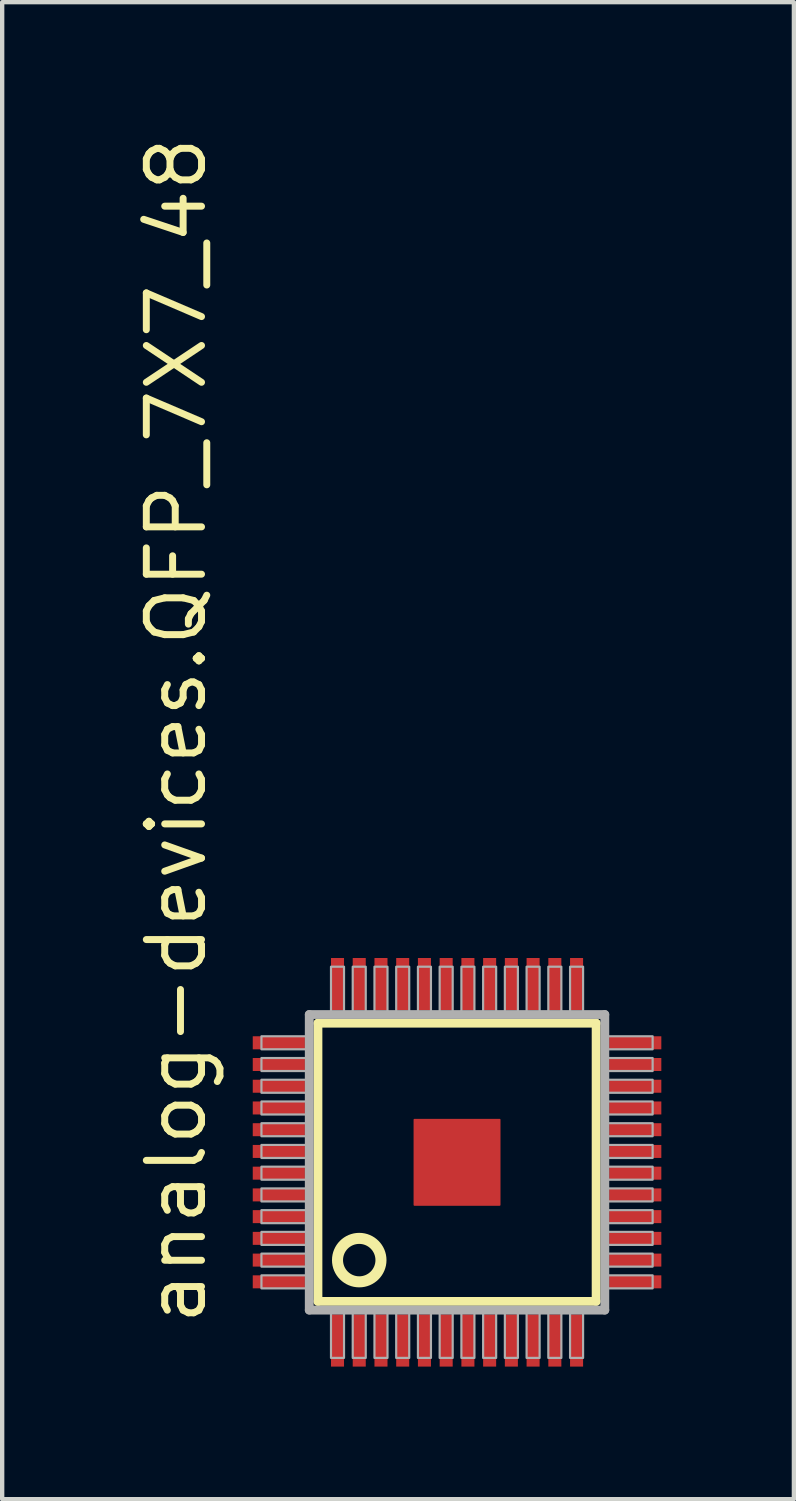
<source format=kicad_pcb>
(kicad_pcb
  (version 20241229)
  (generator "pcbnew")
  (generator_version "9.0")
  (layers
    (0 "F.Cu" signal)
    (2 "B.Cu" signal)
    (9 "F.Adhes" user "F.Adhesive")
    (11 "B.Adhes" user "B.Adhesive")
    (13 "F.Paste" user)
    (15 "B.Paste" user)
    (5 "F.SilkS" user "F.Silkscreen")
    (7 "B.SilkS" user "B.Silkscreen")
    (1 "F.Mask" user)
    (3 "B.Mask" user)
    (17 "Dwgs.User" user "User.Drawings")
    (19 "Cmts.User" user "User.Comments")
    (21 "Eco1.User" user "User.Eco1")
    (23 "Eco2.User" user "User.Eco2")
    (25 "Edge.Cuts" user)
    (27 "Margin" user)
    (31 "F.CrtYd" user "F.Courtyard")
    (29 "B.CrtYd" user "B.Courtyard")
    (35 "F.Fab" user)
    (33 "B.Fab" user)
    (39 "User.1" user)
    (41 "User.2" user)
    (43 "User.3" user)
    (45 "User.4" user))
  (footprint "analog-devices.QFP_7X7_48"
    (layer "F.Cu")
    (at 7.465 23.691)
    (property "Reference" "analog-devices.QFP_7X7_48" (at -5.715 3.81 90) (layer "F.SilkS") (effects (font (size 1.27 1.27) (thickness 0.16)) (justify left bottom)))
    (attr smd)
    (fp_rect (start -4.725 -2.575) (end -3.475 -2.925) (stroke (width 0.05) (type default)) (fill yes) (layer "F.Mask"))
    (fp_rect (start -4.725 -2.075) (end -3.475 -2.425) (stroke (width 0.05) (type default)) (fill yes) (layer "F.Mask"))
    (fp_rect (start -4.725 -1.575) (end -3.475 -1.925) (stroke (width 0.05) (type default)) (fill yes) (layer "F.Mask"))
    (fp_rect (start -4.725 -1.075) (end -3.475 -1.425) (stroke (width 0.05) (type default)) (fill yes) (layer "F.Mask"))
    (fp_rect (start -4.725 -0.575) (end -3.475 -0.925) (stroke (width 0.05) (type default)) (fill yes) (layer "F.Mask"))
    (fp_rect (start -4.725 -0.075) (end -3.475 -0.425) (stroke (width 0.05) (type default)) (fill yes) (layer "F.Mask"))
    (fp_rect (start -4.725 0.425) (end -3.475 0.075) (stroke (width 0.05) (type default)) (fill yes) (layer "F.Mask"))
    (fp_rect (start -4.725 0.925) (end -3.475 0.575) (stroke (width 0.05) (type default)) (fill yes) (layer "F.Mask"))
    (fp_rect (start -4.725 1.425) (end -3.475 1.075) (stroke (width 0.05) (type default)) (fill yes) (layer "F.Mask"))
    (fp_rect (start -4.725 1.925) (end -3.475 1.575) (stroke (width 0.05) (type default)) (fill yes) (layer "F.Mask"))
    (fp_rect (start -4.725 2.425) (end -3.475 2.075) (stroke (width 0.05) (type default)) (fill yes) (layer "F.Mask"))
    (fp_rect (start -4.725 2.925) (end -3.475 2.575) (stroke (width 0.05) (type default)) (fill yes) (layer "F.Mask"))
    (fp_rect (start -2.925 -3.475) (end -2.575 -4.725) (stroke (width 0.05) (type default)) (fill yes) (layer "F.Mask"))
    (fp_rect (start -2.925 4.725) (end -2.575 3.475) (stroke (width 0.05) (type default)) (fill yes) (layer "F.Mask"))
    (fp_rect (start -2.425 -3.475) (end -2.075 -4.725) (stroke (width 0.05) (type default)) (fill yes) (layer "F.Mask"))
    (fp_rect (start -2.425 4.725) (end -2.075 3.475) (stroke (width 0.05) (type default)) (fill yes) (layer "F.Mask"))
    (fp_rect (start -1.925 -3.475) (end -1.575 -4.725) (stroke (width 0.05) (type default)) (fill yes) (layer "F.Mask"))
    (fp_rect (start -1.925 4.725) (end -1.575 3.475) (stroke (width 0.05) (type default)) (fill yes) (layer "F.Mask"))
    (fp_rect (start -1.425 -3.475) (end -1.075 -4.725) (stroke (width 0.05) (type default)) (fill yes) (layer "F.Mask"))
    (fp_rect (start -1.425 4.725) (end -1.075 3.475) (stroke (width 0.05) (type default)) (fill yes) (layer "F.Mask"))
    (fp_rect (start -1.05 1.05) (end 1.05 -1.05) (stroke (width 0.05) (type default)) (fill yes) (layer "F.Mask"))
    (fp_rect (start -0.925 -3.475) (end -0.575 -4.725) (stroke (width 0.05) (type default)) (fill yes) (layer "F.Mask"))
    (fp_rect (start -0.925 4.725) (end -0.575 3.475) (stroke (width 0.05) (type default)) (fill yes) (layer "F.Mask"))
    (fp_rect (start -0.425 -3.475) (end -0.075 -4.725) (stroke (width 0.05) (type default)) (fill yes) (layer "F.Mask"))
    (fp_rect (start -0.425 4.725) (end -0.075 3.475) (stroke (width 0.05) (type default)) (fill yes) (layer "F.Mask"))
    (fp_rect (start 0.075 -3.475) (end 0.425 -4.725) (stroke (width 0.05) (type default)) (fill yes) (layer "F.Mask"))
    (fp_rect (start 0.075 4.725) (end 0.425 3.475) (stroke (width 0.05) (type default)) (fill yes) (layer "F.Mask"))
    (fp_rect (start 0.575 -3.475) (end 0.925 -4.725) (stroke (width 0.05) (type default)) (fill yes) (layer "F.Mask"))
    (fp_rect (start 0.575 4.725) (end 0.925 3.475) (stroke (width 0.05) (type default)) (fill yes) (layer "F.Mask"))
    (fp_rect (start 1.075 -3.475) (end 1.425 -4.725) (stroke (width 0.05) (type default)) (fill yes) (layer "F.Mask"))
    (fp_rect (start 1.075 4.725) (end 1.425 3.475) (stroke (width 0.05) (type default)) (fill yes) (layer "F.Mask"))
    (fp_rect (start 1.575 -3.475) (end 1.925 -4.725) (stroke (width 0.05) (type default)) (fill yes) (layer "F.Mask"))
    (fp_rect (start 1.575 4.725) (end 1.925 3.475) (stroke (width 0.05) (type default)) (fill yes) (layer "F.Mask"))
    (fp_rect (start 2.075 -3.475) (end 2.425 -4.725) (stroke (width 0.05) (type default)) (fill yes) (layer "F.Mask"))
    (fp_rect (start 2.075 4.725) (end 2.425 3.475) (stroke (width 0.05) (type default)) (fill yes) (layer "F.Mask"))
    (fp_rect (start 2.575 -3.475) (end 2.925 -4.725) (stroke (width 0.05) (type default)) (fill yes) (layer "F.Mask"))
    (fp_rect (start 2.575 4.725) (end 2.925 3.475) (stroke (width 0.05) (type default)) (fill yes) (layer "F.Mask"))
    (fp_rect (start 3.475 -2.575) (end 4.725 -2.925) (stroke (width 0.05) (type default)) (fill yes) (layer "F.Mask"))
    (fp_rect (start 3.475 -2.075) (end 4.725 -2.425) (stroke (width 0.05) (type default)) (fill yes) (layer "F.Mask"))
    (fp_rect (start 3.475 -1.575) (end 4.725 -1.925) (stroke (width 0.05) (type default)) (fill yes) (layer "F.Mask"))
    (fp_rect (start 3.475 -1.075) (end 4.725 -1.425) (stroke (width 0.05) (type default)) (fill yes) (layer "F.Mask"))
    (fp_rect (start 3.475 -0.575) (end 4.725 -0.925) (stroke (width 0.05) (type default)) (fill yes) (layer "F.Mask"))
    (fp_rect (start 3.475 -0.075) (end 4.725 -0.425) (stroke (width 0.05) (type default)) (fill yes) (layer "F.Mask"))
    (fp_rect (start 3.475 0.425) (end 4.725 0.075) (stroke (width 0.05) (type default)) (fill yes) (layer "F.Mask"))
    (fp_rect (start 3.475 0.925) (end 4.725 0.575) (stroke (width 0.05) (type default)) (fill yes) (layer "F.Mask"))
    (fp_rect (start 3.475 1.425) (end 4.725 1.075) (stroke (width 0.05) (type default)) (fill yes) (layer "F.Mask"))
    (fp_rect (start 3.475 1.925) (end 4.725 1.575) (stroke (width 0.05) (type default)) (fill yes) (layer "F.Mask"))
    (fp_rect (start 3.475 2.425) (end 4.725 2.075) (stroke (width 0.05) (type default)) (fill yes) (layer "F.Mask"))
    (fp_rect (start 3.475 2.925) (end 4.725 2.575) (stroke (width 0.05) (type default)) (fill yes) (layer "F.Mask"))
    (fp_line (start -3.2 -3.2) (end 3.2 -3.2) (stroke (width 0.203) (type default)) (layer "F.SilkS"))
    (fp_line (start -3.2 3.2) (end -3.2 -3.2) (stroke (width 0.203) (type default)) (layer "F.SilkS"))
    (fp_line (start 3.2 -3.2) (end 3.2 3.2) (stroke (width 0.203) (type default)) (layer "F.SilkS"))
    (fp_line (start 3.2 3.2) (end -3.2 3.2) (stroke (width 0.203) (type default)) (layer "F.SilkS"))
    (fp_circle (center -2.25 2.25) (end -1.75 2.25) (stroke (width 0.254) (type default)) (fill no) (layer "F.SilkS"))
    (fp_rect (start -4.675 -2.625) (end -3.525 -2.875) (stroke (width 0.05) (type default)) (fill yes) (layer "F.Paste"))
    (fp_rect (start -4.675 -2.125) (end -3.525 -2.375) (stroke (width 0.05) (type default)) (fill yes) (layer "F.Paste"))
    (fp_rect (start -4.675 -1.625) (end -3.525 -1.875) (stroke (width 0.05) (type default)) (fill yes) (layer "F.Paste"))
    (fp_rect (start -4.675 -1.125) (end -3.525 -1.375) (stroke (width 0.05) (type default)) (fill yes) (layer "F.Paste"))
    (fp_rect (start -4.675 -0.625) (end -3.525 -0.875) (stroke (width 0.05) (type default)) (fill yes) (layer "F.Paste"))
    (fp_rect (start -4.675 -0.125) (end -3.525 -0.375) (stroke (width 0.05) (type default)) (fill yes) (layer "F.Paste"))
    (fp_rect (start -4.675 0.375) (end -3.525 0.125) (stroke (width 0.05) (type default)) (fill yes) (layer "F.Paste"))
    (fp_rect (start -4.675 0.875) (end -3.525 0.625) (stroke (width 0.05) (type default)) (fill yes) (layer "F.Paste"))
    (fp_rect (start -4.675 1.375) (end -3.525 1.125) (stroke (width 0.05) (type default)) (fill yes) (layer "F.Paste"))
    (fp_rect (start -4.675 1.875) (end -3.525 1.625) (stroke (width 0.05) (type default)) (fill yes) (layer "F.Paste"))
    (fp_rect (start -4.675 2.375) (end -3.525 2.125) (stroke (width 0.05) (type default)) (fill yes) (layer "F.Paste"))
    (fp_rect (start -4.675 2.875) (end -3.525 2.625) (stroke (width 0.05) (type default)) (fill yes) (layer "F.Paste"))
    (fp_rect (start -2.875 -3.525) (end -2.625 -4.675) (stroke (width 0.05) (type default)) (fill yes) (layer "F.Paste"))
    (fp_rect (start -2.875 4.675) (end -2.625 3.525) (stroke (width 0.05) (type default)) (fill yes) (layer "F.Paste"))
    (fp_rect (start -2.375 -3.525) (end -2.125 -4.675) (stroke (width 0.05) (type default)) (fill yes) (layer "F.Paste"))
    (fp_rect (start -2.375 4.675) (end -2.125 3.525) (stroke (width 0.05) (type default)) (fill yes) (layer "F.Paste"))
    (fp_rect (start -1.875 -3.525) (end -1.625 -4.675) (stroke (width 0.05) (type default)) (fill yes) (layer "F.Paste"))
    (fp_rect (start -1.875 4.675) (end -1.625 3.525) (stroke (width 0.05) (type default)) (fill yes) (layer "F.Paste"))
    (fp_rect (start -1.375 -3.525) (end -1.125 -4.675) (stroke (width 0.05) (type default)) (fill yes) (layer "F.Paste"))
    (fp_rect (start -1.375 4.675) (end -1.125 3.525) (stroke (width 0.05) (type default)) (fill yes) (layer "F.Paste"))
    (fp_rect (start -0.95 0.95) (end 0.95 -0.95) (stroke (width 0.05) (type default)) (fill yes) (layer "F.Paste"))
    (fp_rect (start -0.875 -3.525) (end -0.625 -4.675) (stroke (width 0.05) (type default)) (fill yes) (layer "F.Paste"))
    (fp_rect (start -0.875 4.675) (end -0.625 3.525) (stroke (width 0.05) (type default)) (fill yes) (layer "F.Paste"))
    (fp_rect (start -0.375 -3.525) (end -0.125 -4.675) (stroke (width 0.05) (type default)) (fill yes) (layer "F.Paste"))
    (fp_rect (start -0.375 4.675) (end -0.125 3.525) (stroke (width 0.05) (type default)) (fill yes) (layer "F.Paste"))
    (fp_rect (start 0.125 -3.525) (end 0.375 -4.675) (stroke (width 0.05) (type default)) (fill yes) (layer "F.Paste"))
    (fp_rect (start 0.125 4.675) (end 0.375 3.525) (stroke (width 0.05) (type default)) (fill yes) (layer "F.Paste"))
    (fp_rect (start 0.625 -3.525) (end 0.875 -4.675) (stroke (width 0.05) (type default)) (fill yes) (layer "F.Paste"))
    (fp_rect (start 0.625 4.675) (end 0.875 3.525) (stroke (width 0.05) (type default)) (fill yes) (layer "F.Paste"))
    (fp_rect (start 1.125 -3.525) (end 1.375 -4.675) (stroke (width 0.05) (type default)) (fill yes) (layer "F.Paste"))
    (fp_rect (start 1.125 4.675) (end 1.375 3.525) (stroke (width 0.05) (type default)) (fill yes) (layer "F.Paste"))
    (fp_rect (start 1.625 -3.525) (end 1.875 -4.675) (stroke (width 0.05) (type default)) (fill yes) (layer "F.Paste"))
    (fp_rect (start 1.625 4.675) (end 1.875 3.525) (stroke (width 0.05) (type default)) (fill yes) (layer "F.Paste"))
    (fp_rect (start 2.125 -3.525) (end 2.375 -4.675) (stroke (width 0.05) (type default)) (fill yes) (layer "F.Paste"))
    (fp_rect (start 2.125 4.675) (end 2.375 3.525) (stroke (width 0.05) (type default)) (fill yes) (layer "F.Paste"))
    (fp_rect (start 2.625 -3.525) (end 2.875 -4.675) (stroke (width 0.05) (type default)) (fill yes) (layer "F.Paste"))
    (fp_rect (start 2.625 4.675) (end 2.875 3.525) (stroke (width 0.05) (type default)) (fill yes) (layer "F.Paste"))
    (fp_rect (start 3.525 -2.625) (end 4.675 -2.875) (stroke (width 0.05) (type default)) (fill yes) (layer "F.Paste"))
    (fp_rect (start 3.525 -2.125) (end 4.675 -2.375) (stroke (width 0.05) (type default)) (fill yes) (layer "F.Paste"))
    (fp_rect (start 3.525 -1.625) (end 4.675 -1.875) (stroke (width 0.05) (type default)) (fill yes) (layer "F.Paste"))
    (fp_rect (start 3.525 -1.125) (end 4.675 -1.375) (stroke (width 0.05) (type default)) (fill yes) (layer "F.Paste"))
    (fp_rect (start 3.525 -0.625) (end 4.675 -0.875) (stroke (width 0.05) (type default)) (fill yes) (layer "F.Paste"))
    (fp_rect (start 3.525 -0.125) (end 4.675 -0.375) (stroke (width 0.05) (type default)) (fill yes) (layer "F.Paste"))
    (fp_rect (start 3.525 0.375) (end 4.675 0.125) (stroke (width 0.05) (type default)) (fill yes) (layer "F.Paste"))
    (fp_rect (start 3.525 0.875) (end 4.675 0.625) (stroke (width 0.05) (type default)) (fill yes) (layer "F.Paste"))
    (fp_rect (start 3.525 1.375) (end 4.675 1.125) (stroke (width 0.05) (type default)) (fill yes) (layer "F.Paste"))
    (fp_rect (start 3.525 1.875) (end 4.675 1.625) (stroke (width 0.05) (type default)) (fill yes) (layer "F.Paste"))
    (fp_rect (start 3.525 2.375) (end 4.675 2.125) (stroke (width 0.05) (type default)) (fill yes) (layer "F.Paste"))
    (fp_rect (start 3.525 2.875) (end 4.675 2.625) (stroke (width 0.05) (type default)) (fill yes) (layer "F.Paste"))
    (fp_line (start -3.4 -3.4) (end -3.4 3.4) (stroke (width 0.203) (type default)) (layer "F.Fab"))
    (fp_line (start -3.4 3.4) (end 3.4 3.4) (stroke (width 0.203) (type default)) (layer "F.Fab"))
    (fp_line (start 3.4 -3.4) (end -3.4 -3.4) (stroke (width 0.203) (type default)) (layer "F.Fab"))
    (fp_line (start 3.4 3.4) (end 3.4 -3.4) (stroke (width 0.203) (type default)) (layer "F.Fab"))
    (fp_rect (start -4.5 -2.6) (end -3.45 -2.9) (stroke (width 0.05) (type default)) (fill no) (layer "F.Fab"))
    (fp_rect (start -4.5 -2.1) (end -3.45 -2.4) (stroke (width 0.05) (type default)) (fill no) (layer "F.Fab"))
    (fp_rect (start -4.5 -1.6) (end -3.45 -1.9) (stroke (width 0.05) (type default)) (fill no) (layer "F.Fab"))
    (fp_rect (start -4.5 -1.1) (end -3.45 -1.4) (stroke (width 0.05) (type default)) (fill no) (layer "F.Fab"))
    (fp_rect (start -4.5 -0.6) (end -3.45 -0.9) (stroke (width 0.05) (type default)) (fill no) (layer "F.Fab"))
    (fp_rect (start -4.5 -0.1) (end -3.45 -0.4) (stroke (width 0.05) (type default)) (fill no) (layer "F.Fab"))
    (fp_rect (start -4.5 0.4) (end -3.45 0.1) (stroke (width 0.05) (type default)) (fill no) (layer "F.Fab"))
    (fp_rect (start -4.5 0.9) (end -3.45 0.6) (stroke (width 0.05) (type default)) (fill no) (layer "F.Fab"))
    (fp_rect (start -4.5 1.4) (end -3.45 1.1) (stroke (width 0.05) (type default)) (fill no) (layer "F.Fab"))
    (fp_rect (start -4.5 1.9) (end -3.45 1.6) (stroke (width 0.05) (type default)) (fill no) (layer "F.Fab"))
    (fp_rect (start -4.5 2.4) (end -3.45 2.1) (stroke (width 0.05) (type default)) (fill no) (layer "F.Fab"))
    (fp_rect (start -4.5 2.9) (end -3.45 2.6) (stroke (width 0.05) (type default)) (fill no) (layer "F.Fab"))
    (fp_rect (start -2.9 4.5) (end -2.6 3.45) (stroke (width 0.05) (type default)) (fill no) (layer "F.Fab"))
    (fp_rect (start -2.9 -3.45) (end -2.6 -4.5) (stroke (width 0.05) (type default)) (fill no) (layer "F.Fab"))
    (fp_rect (start -2.4 -3.45) (end -2.1 -4.5) (stroke (width 0.05) (type default)) (fill no) (layer "F.Fab"))
    (fp_rect (start -2.4 4.5) (end -2.1 3.45) (stroke (width 0.05) (type default)) (fill no) (layer "F.Fab"))
    (fp_rect (start -1.9 4.5) (end -1.6 3.45) (stroke (width 0.05) (type default)) (fill no) (layer "F.Fab"))
    (fp_rect (start -1.9 -3.45) (end -1.6 -4.5) (stroke (width 0.05) (type default)) (fill no) (layer "F.Fab"))
    (fp_rect (start -1.4 -3.45) (end -1.1 -4.5) (stroke (width 0.05) (type default)) (fill no) (layer "F.Fab"))
    (fp_rect (start -1.4 4.5) (end -1.1 3.45) (stroke (width 0.05) (type default)) (fill no) (layer "F.Fab"))
    (fp_rect (start -0.9 4.5) (end -0.6 3.45) (stroke (width 0.05) (type default)) (fill no) (layer "F.Fab"))
    (fp_rect (start -0.9 -3.45) (end -0.6 -4.5) (stroke (width 0.05) (type default)) (fill no) (layer "F.Fab"))
    (fp_rect (start -0.4 -3.45) (end -0.1 -4.5) (stroke (width 0.05) (type default)) (fill no) (layer "F.Fab"))
    (fp_rect (start -0.4 4.5) (end -0.1 3.45) (stroke (width 0.05) (type default)) (fill no) (layer "F.Fab"))
    (fp_rect (start 0.1 -3.45) (end 0.4 -4.5) (stroke (width 0.05) (type default)) (fill no) (layer "F.Fab"))
    (fp_rect (start 0.1 4.5) (end 0.4 3.45) (stroke (width 0.05) (type default)) (fill no) (layer "F.Fab"))
    (fp_rect (start 0.6 -3.45) (end 0.9 -4.5) (stroke (width 0.05) (type default)) (fill no) (layer "F.Fab"))
    (fp_rect (start 0.6 4.5) (end 0.9 3.45) (stroke (width 0.05) (type default)) (fill no) (layer "F.Fab"))
    (fp_rect (start 1.1 -3.45) (end 1.4 -4.5) (stroke (width 0.05) (type default)) (fill no) (layer "F.Fab"))
    (fp_rect (start 1.1 4.5) (end 1.4 3.45) (stroke (width 0.05) (type default)) (fill no) (layer "F.Fab"))
    (fp_rect (start 1.6 -3.45) (end 1.9 -4.5) (stroke (width 0.05) (type default)) (fill no) (layer "F.Fab"))
    (fp_rect (start 1.6 4.5) (end 1.9 3.45) (stroke (width 0.05) (type default)) (fill no) (layer "F.Fab"))
    (fp_rect (start 2.1 -3.45) (end 2.4 -4.5) (stroke (width 0.05) (type default)) (fill no) (layer "F.Fab"))
    (fp_rect (start 2.1 4.5) (end 2.4 3.45) (stroke (width 0.05) (type default)) (fill no) (layer "F.Fab"))
    (fp_rect (start 2.6 -3.45) (end 2.9 -4.5) (stroke (width 0.05) (type default)) (fill no) (layer "F.Fab"))
    (fp_rect (start 2.6 4.5) (end 2.9 3.45) (stroke (width 0.05) (type default)) (fill no) (layer "F.Fab"))
    (fp_rect (start 3.45 -2.6) (end 4.5 -2.9) (stroke (width 0.05) (type default)) (fill no) (layer "F.Fab"))
    (fp_rect (start 3.45 -2.1) (end 4.5 -2.4) (stroke (width 0.05) (type default)) (fill no) (layer "F.Fab"))
    (fp_rect (start 3.45 -1.6) (end 4.5 -1.9) (stroke (width 0.05) (type default)) (fill no) (layer "F.Fab"))
    (fp_rect (start 3.45 -1.1) (end 4.5 -1.4) (stroke (width 0.05) (type default)) (fill no) (layer "F.Fab"))
    (fp_rect (start 3.45 -0.6) (end 4.5 -0.9) (stroke (width 0.05) (type default)) (fill no) (layer "F.Fab"))
    (fp_rect (start 3.45 -0.1) (end 4.5 -0.4) (stroke (width 0.05) (type default)) (fill no) (layer "F.Fab"))
    (fp_rect (start 3.45 0.4) (end 4.5 0.1) (stroke (width 0.05) (type default)) (fill no) (layer "F.Fab"))
    (fp_rect (start 3.45 0.9) (end 4.5 0.6) (stroke (width 0.05) (type default)) (fill no) (layer "F.Fab"))
    (fp_rect (start 3.45 1.4) (end 4.5 1.1) (stroke (width 0.05) (type default)) (fill no) (layer "F.Fab"))
    (fp_rect (start 3.45 1.9) (end 4.5 1.6) (stroke (width 0.05) (type default)) (fill no) (layer "F.Fab"))
    (fp_rect (start 3.45 2.4) (end 4.5 2.1) (stroke (width 0.05) (type default)) (fill no) (layer "F.Fab"))
    (fp_rect (start 3.45 2.9) (end 4.5 2.6) (stroke (width 0.05) (type default)) (fill no) (layer "F.Fab"))
    (pad "1" smd roundrect (at -2.75 4.1) (size 0.3 1.2) (layers "F.Cu" "F.Mask" "F.Paste") (roundrect_rratio 0.01))
    (pad "2" smd roundrect (at -2.25 4.1) (size 0.3 1.2) (layers "F.Cu" "F.Mask" "F.Paste") (roundrect_rratio 0.01))
    (pad "3" smd roundrect (at -1.75 4.1) (size 0.3 1.2) (layers "F.Cu" "F.Mask" "F.Paste") (roundrect_rratio 0.01))
    (pad "4" smd roundrect (at -1.25 4.1) (size 0.3 1.2) (layers "F.Cu" "F.Mask" "F.Paste") (roundrect_rratio 0.01))
    (pad "5" smd roundrect (at -0.75 4.1) (size 0.3 1.2) (layers "F.Cu" "F.Mask" "F.Paste") (roundrect_rratio 0.01))
    (pad "6" smd roundrect (at -0.25 4.1) (size 0.3 1.2) (layers "F.Cu" "F.Mask" "F.Paste") (roundrect_rratio 0.01))
    (pad "7" smd roundrect (at 0.25 4.1) (size 0.3 1.2) (layers "F.Cu" "F.Mask" "F.Paste") (roundrect_rratio 0.01))
    (pad "8" smd roundrect (at 0.75 4.1) (size 0.3 1.2) (layers "F.Cu" "F.Mask" "F.Paste") (roundrect_rratio 0.01))
    (pad "9" smd roundrect (at 1.25 4.1) (size 0.3 1.2) (layers "F.Cu" "F.Mask" "F.Paste") (roundrect_rratio 0.01))
    (pad "10" smd roundrect (at 1.75 4.1) (size 0.3 1.2) (layers "F.Cu" "F.Mask" "F.Paste") (roundrect_rratio 0.01))
    (pad "11" smd roundrect (at 2.25 4.1) (size 0.3 1.2) (layers "F.Cu" "F.Mask" "F.Paste") (roundrect_rratio 0.01))
    (pad "12" smd roundrect (at 2.75 4.1) (size 0.3 1.2) (layers "F.Cu" "F.Mask" "F.Paste") (roundrect_rratio 0.01))
    (pad "13" smd roundrect (at 4.1 2.75) (size 1.2 0.3) (layers "F.Cu" "F.Mask" "F.Paste") (roundrect_rratio 0.01))
    (pad "14" smd roundrect (at 4.1 2.25) (size 1.2 0.3) (layers "F.Cu" "F.Mask" "F.Paste") (roundrect_rratio 0.01))
    (pad "15" smd roundrect (at 4.1 1.75) (size 1.2 0.3) (layers "F.Cu" "F.Mask" "F.Paste") (roundrect_rratio 0.01))
    (pad "16" smd roundrect (at 4.1 1.25) (size 1.2 0.3) (layers "F.Cu" "F.Mask" "F.Paste") (roundrect_rratio 0.01))
    (pad "17" smd roundrect (at 4.1 0.75) (size 1.2 0.3) (layers "F.Cu" "F.Mask" "F.Paste") (roundrect_rratio 0.01))
    (pad "18" smd roundrect (at 4.1 0.25) (size 1.2 0.3) (layers "F.Cu" "F.Mask" "F.Paste") (roundrect_rratio 0.01))
    (pad "19" smd roundrect (at 4.1 -0.25) (size 1.2 0.3) (layers "F.Cu" "F.Mask" "F.Paste") (roundrect_rratio 0.01))
    (pad "20" smd roundrect (at 4.1 -0.75) (size 1.2 0.3) (layers "F.Cu" "F.Mask" "F.Paste") (roundrect_rratio 0.01))
    (pad "21" smd roundrect (at 4.1 -1.25) (size 1.2 0.3) (layers "F.Cu" "F.Mask" "F.Paste") (roundrect_rratio 0.01))
    (pad "22" smd roundrect (at 4.1 -1.75) (size 1.2 0.3) (layers "F.Cu" "F.Mask" "F.Paste") (roundrect_rratio 0.01))
    (pad "23" smd roundrect (at 4.1 -2.25) (size 1.2 0.3) (layers "F.Cu" "F.Mask" "F.Paste") (roundrect_rratio 0.01))
    (pad "24" smd roundrect (at 4.1 -2.75) (size 1.2 0.3) (layers "F.Cu" "F.Mask" "F.Paste") (roundrect_rratio 0.01))
    (pad "25" smd roundrect (at 2.75 -4.1) (size 0.3 1.2) (layers "F.Cu" "F.Mask" "F.Paste") (roundrect_rratio 0.01))
    (pad "26" smd roundrect (at 2.25 -4.1) (size 0.3 1.2) (layers "F.Cu" "F.Mask" "F.Paste") (roundrect_rratio 0.01))
    (pad "27" smd roundrect (at 1.75 -4.1) (size 0.3 1.2) (layers "F.Cu" "F.Mask" "F.Paste") (roundrect_rratio 0.01))
    (pad "28" smd roundrect (at 1.25 -4.1) (size 0.3 1.2) (layers "F.Cu" "F.Mask" "F.Paste") (roundrect_rratio 0.01))
    (pad "29" smd roundrect (at 0.75 -4.1) (size 0.3 1.2) (layers "F.Cu" "F.Mask" "F.Paste") (roundrect_rratio 0.01))
    (pad "30" smd roundrect (at 0.25 -4.1) (size 0.3 1.2) (layers "F.Cu" "F.Mask" "F.Paste") (roundrect_rratio 0.01))
    (pad "31" smd roundrect (at -0.25 -4.1) (size 0.3 1.2) (layers "F.Cu" "F.Mask" "F.Paste") (roundrect_rratio 0.01))
    (pad "32" smd roundrect (at -0.75 -4.1) (size 0.3 1.2) (layers "F.Cu" "F.Mask" "F.Paste") (roundrect_rratio 0.01))
    (pad "33" smd roundrect (at -1.25 -4.1) (size 0.3 1.2) (layers "F.Cu" "F.Mask" "F.Paste") (roundrect_rratio 0.01))
    (pad "34" smd roundrect (at -1.75 -4.1) (size 0.3 1.2) (layers "F.Cu" "F.Mask" "F.Paste") (roundrect_rratio 0.01))
    (pad "35" smd roundrect (at -2.25 -4.1) (size 0.3 1.2) (layers "F.Cu" "F.Mask" "F.Paste") (roundrect_rratio 0.01))
    (pad "36" smd roundrect (at -2.75 -4.1) (size 0.3 1.2) (layers "F.Cu" "F.Mask" "F.Paste") (roundrect_rratio 0.01))
    (pad "37" smd roundrect (at -4.1 -2.75) (size 1.2 0.3) (layers "F.Cu" "F.Mask" "F.Paste") (roundrect_rratio 0.01))
    (pad "38" smd roundrect (at -4.1 -2.25) (size 1.2 0.3) (layers "F.Cu" "F.Mask" "F.Paste") (roundrect_rratio 0.01))
    (pad "39" smd roundrect (at -4.1 -1.75) (size 1.2 0.3) (layers "F.Cu" "F.Mask" "F.Paste") (roundrect_rratio 0.01))
    (pad "40" smd roundrect (at -4.1 -1.25) (size 1.2 0.3) (layers "F.Cu" "F.Mask" "F.Paste") (roundrect_rratio 0.01))
    (pad "41" smd roundrect (at -4.1 -0.75) (size 1.2 0.3) (layers "F.Cu" "F.Mask" "F.Paste") (roundrect_rratio 0.01))
    (pad "42" smd roundrect (at -4.1 -0.25) (size 1.2 0.3) (layers "F.Cu" "F.Mask" "F.Paste") (roundrect_rratio 0.01))
    (pad "43" smd roundrect (at -4.1 0.25) (size 1.2 0.3) (layers "F.Cu" "F.Mask" "F.Paste") (roundrect_rratio 0.01))
    (pad "44" smd roundrect (at -4.1 0.75) (size 1.2 0.3) (layers "F.Cu" "F.Mask" "F.Paste") (roundrect_rratio 0.01))
    (pad "45" smd roundrect (at -4.1 1.25) (size 1.2 0.3) (layers "F.Cu" "F.Mask" "F.Paste") (roundrect_rratio 0.01))
    (pad "46" smd roundrect (at -4.1 1.75) (size 1.2 0.3) (layers "F.Cu" "F.Mask" "F.Paste") (roundrect_rratio 0.01))
    (pad "47" smd roundrect (at -4.1 2.25) (size 1.2 0.3) (layers "F.Cu" "F.Mask" "F.Paste") (roundrect_rratio 0.01))
    (pad "48" smd roundrect (at -4.1 2.75) (size 1.2 0.3) (layers "F.Cu" "F.Mask" "F.Paste") (roundrect_rratio 0.01))
    (pad "EXP" smd roundrect (at 0 0) (size 2 2) (layers "F.Cu" "F.Mask" "F.Paste") (roundrect_rratio 0.01)))
  (gr_rect
    (start -3 -3)
    (end 15.215 31.441)
    (stroke (width 0.1) (type default))
    (fill no)
    (layer "Edge.Cuts")))
</source>
